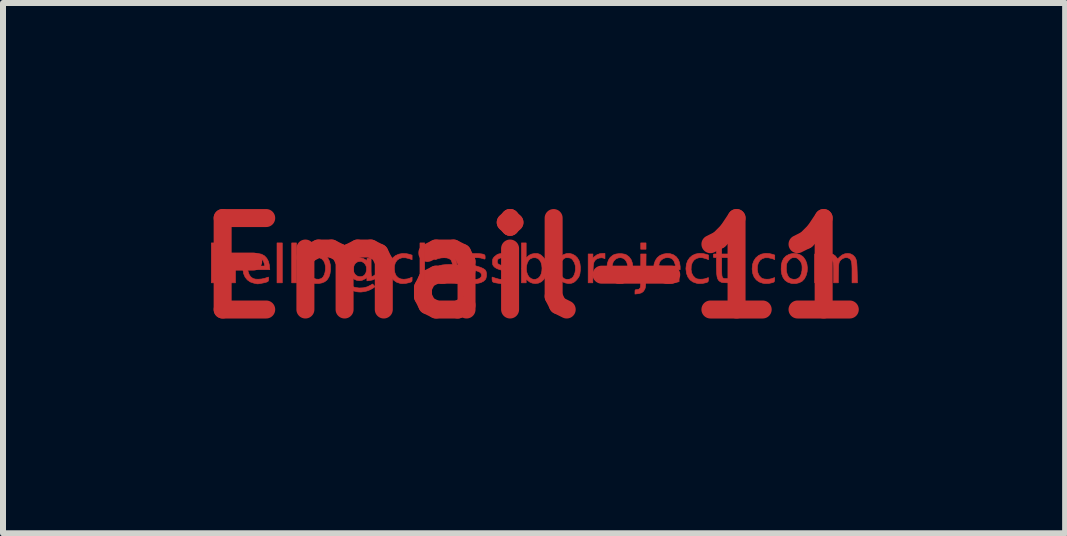
<source format=kicad_pcb>
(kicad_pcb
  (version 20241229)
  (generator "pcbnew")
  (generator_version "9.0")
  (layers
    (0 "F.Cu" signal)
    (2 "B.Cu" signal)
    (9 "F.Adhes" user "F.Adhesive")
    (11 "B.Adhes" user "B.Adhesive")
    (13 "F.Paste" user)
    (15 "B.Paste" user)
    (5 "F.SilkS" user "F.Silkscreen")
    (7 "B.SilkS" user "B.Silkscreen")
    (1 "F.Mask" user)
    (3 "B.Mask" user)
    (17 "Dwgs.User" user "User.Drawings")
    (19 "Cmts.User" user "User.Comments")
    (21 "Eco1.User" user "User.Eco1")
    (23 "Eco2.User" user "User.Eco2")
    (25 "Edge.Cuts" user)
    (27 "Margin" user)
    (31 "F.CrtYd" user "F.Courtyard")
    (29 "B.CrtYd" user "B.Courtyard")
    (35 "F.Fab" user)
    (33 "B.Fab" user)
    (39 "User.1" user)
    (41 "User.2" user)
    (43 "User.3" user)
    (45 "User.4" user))
  (footprint "Email-11"
    (layer "F.Cu")
    (at 5.849 1.418)
    (property "Reference" "Email-11" (at 0 0 0) (layer "F.Cu") (effects (font (size 1.524 1.524) (thickness 0.3))))
    (attr through_hole)
    (fp_poly (pts (xy -4.195 0.245) (xy -4.283 0.245) (xy -4.283 -0.42) (xy -4.195 -0.42) (xy -4.195 0.245)) (stroke (width 0.01) (type solid)) (fill yes) (layer "F.Cu"))
    (fp_poly (pts (xy -3.959 0.245) (xy -4.038 0.245) (xy -4.038 -0.42) (xy -3.959 -0.42) (xy -3.959 0.245)) (stroke (width 0.01) (type solid)) (fill yes) (layer "F.Cu"))
    (fp_poly (pts (xy -1.822 0.245) (xy -1.901 0.245) (xy -1.901 -0.42) (xy -1.822 -0.42) (xy -1.822 0.245)) (stroke (width 0.01) (type solid)) (fill yes) (layer "F.Cu"))
    (fp_poly (pts (xy 1.866 -0.315) (xy 1.778 -0.315) (xy 1.778 -0.42) (xy 1.866 -0.42) (xy 1.866 -0.315)) (stroke (width 0.01) (type solid)) (fill yes) (layer "F.Cu"))
    (fp_poly (pts (xy 3.495 0.245) (xy 3.398 0.245) (xy 3.398 0.131) (xy 3.495 0.131) (xy 3.495 0.245)) (stroke (width 0.01) (type solid)) (fill yes) (layer "F.Cu"))
    (fp_poly (pts (xy 1.182 -0.158) (xy 1.158 -0.167) (xy 1.125 -0.173) (xy 1.087 -0.168) (xy 1.052 -0.156) (xy 1.038 -0.148) (xy 1.021 -0.133) (xy 1.008 -0.116) (xy 0.998 -0.097) (xy 0.992 -0.07) (xy 0.987 -0.035) (xy 0.985 0.012) (xy 0.983 0.074) (xy 0.983 0.085) (xy 0.979 0.245) (xy 0.902 0.245) (xy 0.902 -0.236) (xy 0.981 -0.236) (xy 0.981 -0.165) (xy 1.006 -0.191) (xy 1.047 -0.222) (xy 1.097 -0.241) (xy 1.14 -0.245) (xy 1.182 -0.245) (xy 1.182 -0.158)) (stroke (width 0.01) (type solid)) (fill yes) (layer "F.Cu"))
    (fp_poly (pts (xy 1.864 0.042) (xy 1.863 0.119) (xy 1.862 0.182) (xy 1.861 0.231) (xy 1.86 0.268) (xy 1.858 0.296) (xy 1.856 0.317) (xy 1.852 0.332) (xy 1.848 0.344) (xy 1.844 0.354) (xy 1.82 0.39) (xy 1.789 0.412) (xy 1.747 0.424) (xy 1.732 0.426) (xy 1.682 0.432) (xy 1.682 0.395) (xy 1.683 0.372) (xy 1.688 0.362) (xy 1.702 0.359) (xy 1.712 0.359) (xy 1.745 0.352) (xy 1.76 0.34) (xy 1.765 0.334) (xy 1.769 0.327) (xy 1.772 0.316) (xy 1.774 0.3) (xy 1.776 0.277) (xy 1.777 0.245) (xy 1.778 0.201) (xy 1.778 0.145) (xy 1.778 0.074) (xy 1.778 0.042) (xy 1.778 -0.236) (xy 1.867 -0.236) (xy 1.864 0.042)) (stroke (width 0.01) (type solid)) (fill yes) (layer "F.Cu"))
    (fp_poly (pts (xy 3.127 -0.236) (xy 3.284 -0.236) (xy 3.284 -0.175) (xy 3.127 -0.175) (xy 3.127 -0.019) (xy 3.127 0.044) (xy 3.128 0.091) (xy 3.131 0.126) (xy 3.137 0.149) (xy 3.148 0.164) (xy 3.163 0.172) (xy 3.184 0.175) (xy 3.213 0.175) (xy 3.219 0.175) (xy 3.284 0.175) (xy 3.284 0.245) (xy 3.217 0.244) (xy 3.182 0.243) (xy 3.152 0.241) (xy 3.133 0.239) (xy 3.131 0.239) (xy 3.113 0.231) (xy 3.09 0.217) (xy 3.086 0.214) (xy 3.071 0.198) (xy 3.059 0.175) (xy 3.05 0.143) (xy 3.044 0.1) (xy 3.041 0.044) (xy 3.039 -0.028) (xy 3.039 -0.047) (xy 3.039 -0.175) (xy 3.013 -0.175) (xy 2.995 -0.177) (xy 2.988 -0.186) (xy 2.987 -0.206) (xy 2.988 -0.226) (xy 2.996 -0.235) (xy 3.013 -0.236) (xy 3.039 -0.236) (xy 3.039 -0.368) (xy 3.127 -0.368) (xy 3.127 -0.236)) (stroke (width 0.01) (type solid)) (fill yes) (layer "F.Cu"))
    (fp_poly (pts (xy -5.299 -0.163) (xy -5.266 -0.194) (xy -5.228 -0.224) (xy -5.192 -0.24) (xy -5.15 -0.245) (xy -5.147 -0.245) (xy -5.093 -0.239) (xy -5.05 -0.22) (xy -5.022 -0.196) (xy -5.007 -0.178) (xy -4.996 -0.158) (xy -4.987 -0.135) (xy -4.981 -0.105) (xy -4.978 -0.066) (xy -4.976 -0.016) (xy -4.975 0.049) (xy -4.975 0.073) (xy -4.975 0.245) (xy -5.054 0.245) (xy -5.054 0.083) (xy -5.054 0.017) (xy -5.056 -0.034) (xy -5.058 -0.07) (xy -5.062 -0.096) (xy -5.066 -0.108) (xy -5.089 -0.144) (xy -5.12 -0.166) (xy -5.156 -0.175) (xy -5.194 -0.171) (xy -5.231 -0.154) (xy -5.263 -0.124) (xy -5.277 -0.105) (xy -5.283 -0.092) (xy -5.288 -0.078) (xy -5.291 -0.058) (xy -5.294 -0.03) (xy -5.296 0.008) (xy -5.297 0.059) (xy -5.298 0.085) (xy -5.301 0.245) (xy -5.378 0.245) (xy -5.378 -0.42) (xy -5.299 -0.42) (xy -5.299 -0.163)) (stroke (width 0.01) (type solid)) (fill yes) (layer "F.Cu"))
    (fp_poly (pts (xy -2.126 -0.241) (xy -2.079 -0.231) (xy -2.032 -0.216) (xy -2.032 -0.141) (xy -2.08 -0.158) (xy -2.142 -0.173) (xy -2.198 -0.173) (xy -2.245 -0.158) (xy -2.283 -0.13) (xy -2.311 -0.09) (xy -2.326 -0.038) (xy -2.328 0.021) (xy -2.318 0.081) (xy -2.297 0.127) (xy -2.264 0.16) (xy -2.221 0.18) (xy -2.169 0.186) (xy -2.107 0.179) (xy -2.073 0.168) (xy -2.032 0.15) (xy -2.032 0.188) (xy -2.033 0.211) (xy -2.038 0.224) (xy -2.052 0.232) (xy -2.074 0.24) (xy -2.14 0.255) (xy -2.201 0.258) (xy -2.231 0.254) (xy -2.291 0.234) (xy -2.34 0.2) (xy -2.378 0.152) (xy -2.389 0.133) (xy -2.401 0.104) (xy -2.409 0.079) (xy -2.412 0.049) (xy -2.413 0.009) (xy -2.413 0.009) (xy -2.41 -0.048) (xy -2.402 -0.093) (xy -2.386 -0.13) (xy -2.361 -0.164) (xy -2.354 -0.172) (xy -2.308 -0.209) (xy -2.253 -0.233) (xy -2.191 -0.244) (xy -2.126 -0.241)) (stroke (width 0.01) (type solid)) (fill yes) (layer "F.Cu"))
    (fp_poly (pts (xy 3.924 -0.242) (xy 3.966 -0.232) (xy 4.011 -0.218) (xy 4.011 -0.143) (xy 3.965 -0.159) (xy 3.904 -0.173) (xy 3.849 -0.173) (xy 3.803 -0.158) (xy 3.765 -0.13) (xy 3.738 -0.088) (xy 3.723 -0.036) (xy 3.72 0.024) (xy 3.73 0.078) (xy 3.751 0.124) (xy 3.784 0.159) (xy 3.803 0.172) (xy 3.834 0.181) (xy 3.875 0.185) (xy 3.918 0.184) (xy 3.957 0.176) (xy 3.972 0.171) (xy 3.993 0.163) (xy 4.007 0.158) (xy 4.009 0.158) (xy 4.01 0.165) (xy 4.01 0.185) (xy 4.01 0.194) (xy 4.006 0.218) (xy 3.998 0.231) (xy 3.979 0.24) (xy 3.976 0.241) (xy 3.913 0.255) (xy 3.846 0.257) (xy 3.81 0.251) (xy 3.751 0.23) (xy 3.704 0.196) (xy 3.668 0.15) (xy 3.645 0.092) (xy 3.635 0.023) (xy 3.635 0.004) (xy 3.642 -0.065) (xy 3.664 -0.124) (xy 3.697 -0.173) (xy 3.742 -0.211) (xy 3.795 -0.235) (xy 3.857 -0.246) (xy 3.924 -0.242)) (stroke (width 0.01) (type solid)) (fill yes) (layer "F.Cu"))
    (fp_poly (pts (xy 2.821 -0.242) (xy 2.862 -0.232) (xy 2.908 -0.218) (xy 2.908 -0.142) (xy 2.864 -0.158) (xy 2.804 -0.174) (xy 2.75 -0.174) (xy 2.703 -0.16) (xy 2.665 -0.132) (xy 2.637 -0.092) (xy 2.62 -0.039) (xy 2.62 -0.036) (xy 2.617 0.026) (xy 2.627 0.082) (xy 2.651 0.128) (xy 2.687 0.164) (xy 2.705 0.175) (xy 2.731 0.182) (xy 2.767 0.185) (xy 2.807 0.184) (xy 2.845 0.178) (xy 2.868 0.171) (xy 2.89 0.163) (xy 2.903 0.158) (xy 2.905 0.158) (xy 2.907 0.165) (xy 2.907 0.185) (xy 2.906 0.194) (xy 2.903 0.218) (xy 2.894 0.231) (xy 2.876 0.24) (xy 2.872 0.241) (xy 2.809 0.255) (xy 2.743 0.257) (xy 2.706 0.251) (xy 2.647 0.23) (xy 2.6 0.196) (xy 2.565 0.15) (xy 2.542 0.092) (xy 2.532 0.023) (xy 2.531 0.004) (xy 2.539 -0.065) (xy 2.56 -0.124) (xy 2.594 -0.173) (xy 2.638 -0.211) (xy 2.692 -0.235) (xy 2.753 -0.246) (xy 2.821 -0.242)) (stroke (width 0.01) (type solid)) (fill yes) (layer "F.Cu"))
    (fp_poly (pts (xy 1.465 -0.24) (xy 1.511 -0.232) (xy 1.539 -0.221) (xy 1.584 -0.187) (xy 1.618 -0.141) (xy 1.639 -0.083) (xy 1.648 -0.012) (xy 1.648 0.004) (xy 1.642 0.078) (xy 1.624 0.139) (xy 1.593 0.188) (xy 1.577 0.204) (xy 1.529 0.236) (xy 1.474 0.254) (xy 1.414 0.257) (xy 1.387 0.254) (xy 1.337 0.238) (xy 1.296 0.213) (xy 1.268 0.184) (xy 1.241 0.145) (xy 1.224 0.098) (xy 1.216 0.042) (xy 1.216 0.037) (xy 1.298 0.037) (xy 1.305 0.077) (xy 1.324 0.122) (xy 1.353 0.155) (xy 1.388 0.177) (xy 1.427 0.186) (xy 1.467 0.181) (xy 1.504 0.161) (xy 1.521 0.146) (xy 1.545 0.108) (xy 1.56 0.059) (xy 1.565 0.005) (xy 1.56 -0.049) (xy 1.544 -0.1) (xy 1.54 -0.108) (xy 1.514 -0.144) (xy 1.479 -0.166) (xy 1.441 -0.175) (xy 1.401 -0.17) (xy 1.364 -0.153) (xy 1.332 -0.122) (xy 1.319 -0.101) (xy 1.306 -0.062) (xy 1.298 -0.013) (xy 1.298 0.037) (xy 1.216 0.037) (xy 1.215 -0.005) (xy 1.221 -0.075) (xy 1.239 -0.132) (xy 1.269 -0.178) (xy 1.312 -0.214) (xy 1.327 -0.222) (xy 1.366 -0.235) (xy 1.414 -0.241) (xy 1.465 -0.24)) (stroke (width 0.01) (type solid)) (fill yes) (layer "F.Cu"))
    (fp_poly (pts (xy -3.584 -0.243) (xy -3.523 -0.23) (xy -3.473 -0.204) (xy -3.435 -0.165) (xy -3.408 -0.113) (xy -3.393 -0.049) (xy -3.391 0.026) (xy -3.391 0.029) (xy -3.4 0.094) (xy -3.418 0.148) (xy -3.448 0.194) (xy -3.454 0.2) (xy -3.488 0.227) (xy -3.534 0.246) (xy -3.586 0.256) (xy -3.64 0.256) (xy -3.661 0.253) (xy -3.714 0.234) (xy -3.758 0.201) (xy -3.792 0.155) (xy -3.815 0.098) (xy -3.825 0.03) (xy -3.826 0.028) (xy -3.825 -0.018) (xy -3.739 -0.018) (xy -3.738 0.034) (xy -3.729 0.084) (xy -3.713 0.126) (xy -3.702 0.143) (xy -3.671 0.169) (xy -3.632 0.183) (xy -3.589 0.186) (xy -3.548 0.175) (xy -3.545 0.174) (xy -3.518 0.151) (xy -3.497 0.115) (xy -3.483 0.07) (xy -3.475 0.021) (xy -3.476 -0.03) (xy -3.486 -0.078) (xy -3.504 -0.118) (xy -3.533 -0.151) (xy -3.569 -0.17) (xy -3.609 -0.175) (xy -3.648 -0.166) (xy -3.685 -0.144) (xy -3.715 -0.109) (xy -3.717 -0.107) (xy -3.732 -0.067) (xy -3.739 -0.018) (xy -3.825 -0.018) (xy -3.825 -0.04) (xy -3.814 -0.096) (xy -3.792 -0.143) (xy -3.759 -0.183) (xy -3.715 -0.218) (xy -3.667 -0.238) (xy -3.611 -0.244) (xy -3.584 -0.243)) (stroke (width 0.01) (type solid)) (fill yes) (layer "F.Cu"))
    (fp_poly (pts (xy -0.131 -0.164) (xy -0.112 -0.188) (xy -0.08 -0.216) (xy -0.038 -0.235) (xy 0.01 -0.244) (xy 0.058 -0.243) (xy 0.09 -0.233) (xy 0.118 -0.216) (xy 0.148 -0.188) (xy 0.176 -0.155) (xy 0.197 -0.121) (xy 0.2 -0.115) (xy 0.208 -0.086) (xy 0.213 -0.045) (xy 0.214 0.004) (xy 0.214 0.049) (xy 0.211 0.081) (xy 0.206 0.107) (xy 0.197 0.131) (xy 0.194 0.137) (xy 0.163 0.189) (xy 0.122 0.227) (xy 0.074 0.25) (xy 0.02 0.257) (xy -0.029 0.25) (xy -0.07 0.233) (xy -0.101 0.21) (xy -0.131 0.18) (xy -0.131 0.245) (xy -0.21 0.245) (xy -0.21 0.012) (xy -0.129 0.012) (xy -0.123 0.062) (xy -0.107 0.111) (xy -0.081 0.149) (xy -0.048 0.175) (xy -0.01 0.188) (xy 0.029 0.186) (xy 0.068 0.169) (xy 0.07 0.167) (xy 0.099 0.137) (xy 0.119 0.097) (xy 0.13 0.049) (xy 0.133 -0.001) (xy 0.128 -0.051) (xy 0.115 -0.097) (xy 0.093 -0.134) (xy 0.064 -0.161) (xy 0.061 -0.162) (xy 0.021 -0.174) (xy -0.021 -0.172) (xy -0.06 -0.157) (xy -0.089 -0.13) (xy -0.111 -0.09) (xy -0.124 -0.042) (xy -0.129 0.012) (xy -0.21 0.012) (xy -0.21 -0.42) (xy -0.131 -0.42) (xy -0.131 -0.164)) (stroke (width 0.01) (type solid)) (fill yes) (layer "F.Cu"))
    (fp_poly (pts (xy 4.375 -0.242) (xy 4.429 -0.225) (xy 4.477 -0.194) (xy 4.493 -0.177) (xy 4.526 -0.128) (xy 4.547 -0.069) (xy 4.555 -0.005) (xy 4.551 0.06) (xy 4.534 0.122) (xy 4.505 0.179) (xy 4.501 0.183) (xy 4.466 0.219) (xy 4.419 0.243) (xy 4.364 0.257) (xy 4.306 0.257) (xy 4.286 0.254) (xy 4.229 0.235) (xy 4.183 0.203) (xy 4.15 0.158) (xy 4.128 0.101) (xy 4.118 0.03) (xy 4.118 0.029) (xy 4.119 0.001) (xy 4.203 0.001) (xy 4.207 0.059) (xy 4.221 0.109) (xy 4.243 0.149) (xy 4.255 0.161) (xy 4.288 0.179) (xy 4.328 0.187) (xy 4.37 0.183) (xy 4.403 0.168) (xy 4.433 0.14) (xy 4.453 0.097) (xy 4.464 0.045) (xy 4.465 0.04) (xy 4.467 -0.016) (xy 4.463 -0.058) (xy 4.451 -0.092) (xy 4.432 -0.122) (xy 4.418 -0.137) (xy 4.395 -0.158) (xy 4.377 -0.17) (xy 4.358 -0.174) (xy 4.336 -0.175) (xy 4.309 -0.174) (xy 4.291 -0.168) (xy 4.272 -0.155) (xy 4.253 -0.137) (xy 4.227 -0.107) (xy 4.213 -0.079) (xy 4.208 -0.06) (xy 4.203 0.001) (xy 4.119 0.001) (xy 4.12 -0.047) (xy 4.134 -0.111) (xy 4.16 -0.162) (xy 4.199 -0.202) (xy 4.25 -0.23) (xy 4.257 -0.232) (xy 4.316 -0.245) (xy 4.375 -0.242)) (stroke (width 0.01) (type solid)) (fill yes) (layer "F.Cu"))
    (fp_poly (pts (xy 0.639 -0.233) (xy 0.684 -0.209) (xy 0.722 -0.172) (xy 0.75 -0.124) (xy 0.751 -0.123) (xy 0.765 -0.074) (xy 0.772 -0.018) (xy 0.771 0.041) (xy 0.764 0.096) (xy 0.749 0.141) (xy 0.748 0.143) (xy 0.725 0.177) (xy 0.695 0.211) (xy 0.663 0.237) (xy 0.653 0.242) (xy 0.616 0.254) (xy 0.571 0.256) (xy 0.525 0.248) (xy 0.487 0.233) (xy 0.462 0.217) (xy 0.444 0.201) (xy 0.439 0.195) (xy 0.435 0.194) (xy 0.432 0.208) (xy 0.43 0.237) (xy 0.43 0.283) (xy 0.429 0.304) (xy 0.429 0.429) (xy 0.342 0.429) (xy 0.342 0.001) (xy 0.429 0.001) (xy 0.435 0.063) (xy 0.45 0.114) (xy 0.474 0.152) (xy 0.507 0.178) (xy 0.545 0.189) (xy 0.589 0.185) (xy 0.62 0.173) (xy 0.646 0.152) (xy 0.667 0.118) (xy 0.682 0.075) (xy 0.69 0.03) (xy 0.689 -0.036) (xy 0.673 -0.091) (xy 0.644 -0.137) (xy 0.625 -0.156) (xy 0.607 -0.167) (xy 0.581 -0.172) (xy 0.568 -0.173) (xy 0.539 -0.174) (xy 0.519 -0.171) (xy 0.501 -0.16) (xy 0.491 -0.152) (xy 0.457 -0.114) (xy 0.437 -0.065) (xy 0.429 -0.006) (xy 0.429 0.001) (xy 0.342 0.001) (xy 0.342 -0.236) (xy 0.429 -0.236) (xy 0.429 -0.173) (xy 0.453 -0.197) (xy 0.495 -0.227) (xy 0.542 -0.243) (xy 0.591 -0.245) (xy 0.639 -0.233)) (stroke (width 0.01) (type solid)) (fill yes) (layer "F.Cu"))
    (fp_poly (pts (xy -4.599 -0.244) (xy -4.541 -0.232) (xy -4.492 -0.205) (xy -4.454 -0.165) (xy -4.426 -0.113) (xy -4.41 -0.049) (xy -4.409 -0.033) (xy -4.403 0.026) (xy -4.772 0.026) (xy -4.765 0.055) (xy -4.748 0.105) (xy -4.724 0.142) (xy -4.691 0.167) (xy -4.673 0.176) (xy -4.637 0.184) (xy -4.59 0.185) (xy -4.541 0.181) (xy -4.493 0.171) (xy -4.48 0.167) (xy -4.453 0.158) (xy -4.433 0.151) (xy -4.426 0.149) (xy -4.424 0.157) (xy -4.423 0.176) (xy -4.423 0.184) (xy -4.425 0.207) (xy -4.433 0.221) (xy -4.452 0.231) (xy -4.453 0.231) (xy -4.473 0.238) (xy -4.504 0.245) (xy -4.539 0.252) (xy -4.573 0.258) (xy -4.6 0.262) (xy -4.613 0.262) (xy -4.625 0.26) (xy -4.648 0.255) (xy -4.67 0.25) (xy -4.729 0.23) (xy -4.778 0.195) (xy -4.815 0.149) (xy -4.84 0.091) (xy -4.851 0.025) (xy -4.849 -0.042) (xy -4.844 -0.06) (xy -4.764 -0.06) (xy -4.763 -0.048) (xy -4.753 -0.041) (xy -4.733 -0.037) (xy -4.699 -0.035) (xy -4.651 -0.035) (xy -4.625 -0.035) (xy -4.486 -0.035) (xy -4.494 -0.071) (xy -4.503 -0.099) (xy -4.513 -0.121) (xy -4.515 -0.125) (xy -4.545 -0.154) (xy -4.583 -0.171) (xy -4.625 -0.176) (xy -4.668 -0.169) (xy -4.706 -0.151) (xy -4.736 -0.122) (xy -4.748 -0.102) (xy -4.759 -0.078) (xy -4.764 -0.06) (xy -4.844 -0.06) (xy -4.835 -0.099) (xy -4.807 -0.148) (xy -4.779 -0.18) (xy -4.735 -0.216) (xy -4.688 -0.237) (xy -4.635 -0.245) (xy -4.599 -0.244)) (stroke (width 0.01) (type solid)) (fill yes) (layer "F.Cu"))
    (fp_poly (pts (xy 2.27 -0.24) (xy 2.324 -0.222) (xy 2.369 -0.19) (xy 2.403 -0.146) (xy 2.425 -0.091) (xy 2.435 -0.027) (xy 2.435 -0.016) (xy 2.435 0.026) (xy 2.255 0.026) (xy 2.193 0.026) (xy 2.147 0.027) (xy 2.114 0.028) (xy 2.093 0.031) (xy 2.081 0.037) (xy 2.077 0.045) (xy 2.078 0.057) (xy 2.083 0.073) (xy 2.086 0.08) (xy 2.109 0.127) (xy 2.141 0.161) (xy 2.162 0.173) (xy 2.206 0.184) (xy 2.259 0.185) (xy 2.318 0.178) (xy 2.377 0.163) (xy 2.402 0.153) (xy 2.412 0.152) (xy 2.416 0.16) (xy 2.417 0.181) (xy 2.417 0.186) (xy 2.417 0.225) (xy 2.367 0.239) (xy 2.314 0.251) (xy 2.261 0.257) (xy 2.216 0.258) (xy 2.203 0.257) (xy 2.142 0.242) (xy 2.092 0.217) (xy 2.056 0.185) (xy 2.026 0.148) (xy 2.007 0.111) (xy 1.996 0.067) (xy 1.993 0.013) (xy 1.993 0.004) (xy 1.998 -0.045) (xy 2.079 -0.045) (xy 2.083 -0.041) (xy 2.094 -0.038) (xy 2.114 -0.036) (xy 2.146 -0.035) (xy 2.192 -0.035) (xy 2.216 -0.035) (xy 2.357 -0.035) (xy 2.351 -0.064) (xy 2.334 -0.113) (xy 2.307 -0.149) (xy 2.271 -0.169) (xy 2.224 -0.176) (xy 2.186 -0.171) (xy 2.154 -0.159) (xy 2.124 -0.138) (xy 2.1 -0.112) (xy 2.089 -0.09) (xy 2.083 -0.066) (xy 2.079 -0.05) (xy 2.079 -0.045) (xy 1.998 -0.045) (xy 2 -0.066) (xy 2.021 -0.126) (xy 2.054 -0.175) (xy 2.098 -0.211) (xy 2.154 -0.234) (xy 2.208 -0.243) (xy 2.27 -0.24)) (stroke (width 0.01) (type solid)) (fill yes) (layer "F.Cu"))
    (fp_poly (pts (xy -0.924 -0.242) (xy -0.881 -0.238) (xy -0.848 -0.232) (xy -0.839 -0.229) (xy -0.823 -0.22) (xy -0.816 -0.206) (xy -0.815 -0.184) (xy -0.815 -0.162) (xy -0.82 -0.152) (xy -0.832 -0.152) (xy -0.857 -0.16) (xy -0.863 -0.162) (xy -0.895 -0.17) (xy -0.934 -0.174) (xy -0.975 -0.174) (xy -1.011 -0.171) (xy -1.033 -0.164) (xy -1.057 -0.145) (xy -1.07 -0.119) (xy -1.071 -0.095) (xy -1.061 -0.077) (xy -1.04 -0.062) (xy -1.005 -0.047) (xy -0.958 -0.034) (xy -0.896 -0.015) (xy -0.85 0.005) (xy -0.818 0.027) (xy -0.81 0.035) (xy -0.798 0.059) (xy -0.792 0.094) (xy -0.793 0.132) (xy -0.8 0.167) (xy -0.811 0.19) (xy -0.845 0.221) (xy -0.891 0.243) (xy -0.947 0.255) (xy -1.011 0.256) (xy -1.044 0.253) (xy -1.089 0.246) (xy -1.119 0.24) (xy -1.138 0.233) (xy -1.148 0.222) (xy -1.153 0.207) (xy -1.154 0.19) (xy -1.155 0.166) (xy -1.154 0.151) (xy -1.153 0.149) (xy -1.142 0.152) (xy -1.122 0.159) (xy -1.106 0.165) (xy -1.053 0.181) (xy -1.002 0.188) (xy -0.957 0.187) (xy -0.919 0.177) (xy -0.891 0.159) (xy -0.876 0.135) (xy -0.874 0.119) (xy -0.881 0.091) (xy -0.903 0.068) (xy -0.942 0.051) (xy -0.954 0.047) (xy -1.007 0.032) (xy -1.047 0.02) (xy -1.075 0.01) (xy -1.094 0.000289) (xy -1.109 -0.01) (xy -1.117 -0.018) (xy -1.141 -0.054) (xy -1.151 -0.095) (xy -1.146 -0.136) (xy -1.129 -0.174) (xy -1.1 -0.207) (xy -1.06 -0.231) (xy -1.041 -0.237) (xy -1.01 -0.242) (xy -0.969 -0.243) (xy -0.924 -0.242)) (stroke (width 0.01) (type solid)) (fill yes) (layer "F.Cu"))
    (fp_poly (pts (xy 5.274 -0.238) (xy 5.315 -0.216) (xy 5.331 -0.2) (xy 5.347 -0.182) (xy 5.359 -0.162) (xy 5.368 -0.138) (xy 5.375 -0.108) (xy 5.379 -0.07) (xy 5.382 -0.019) (xy 5.384 0.045) (xy 5.385 0.068) (xy 5.389 0.245) (xy 5.299 0.245) (xy 5.299 0.079) (xy 5.299 0.011) (xy 5.297 -0.042) (xy 5.294 -0.081) (xy 5.288 -0.111) (xy 5.28 -0.132) (xy 5.27 -0.148) (xy 5.255 -0.16) (xy 5.254 -0.161) (xy 5.221 -0.174) (xy 5.183 -0.174) (xy 5.146 -0.161) (xy 5.113 -0.138) (xy 5.097 -0.117) (xy 5.089 -0.104) (xy 5.084 -0.091) (xy 5.08 -0.075) (xy 5.077 -0.053) (xy 5.075 -0.022) (xy 5.074 0.021) (xy 5.073 0.078) (xy 5.073 0.081) (xy 5.07 0.245) (xy 4.992 0.245) (xy 4.992 0.085) (xy 4.992 0.012) (xy 4.989 -0.046) (xy 4.985 -0.09) (xy 4.977 -0.122) (xy 4.965 -0.145) (xy 4.949 -0.16) (xy 4.928 -0.168) (xy 4.901 -0.173) (xy 4.898 -0.173) (xy 4.867 -0.173) (xy 4.843 -0.166) (xy 4.827 -0.156) (xy 4.807 -0.141) (xy 4.791 -0.125) (xy 4.78 -0.105) (xy 4.773 -0.079) (xy 4.768 -0.044) (xy 4.766 0.002) (xy 4.765 0.062) (xy 4.765 0.085) (xy 4.765 0.245) (xy 4.677 0.245) (xy 4.677 -0.236) (xy 4.765 -0.236) (xy 4.765 -0.175) (xy 4.805 -0.206) (xy 4.839 -0.229) (xy 4.869 -0.242) (xy 4.902 -0.245) (xy 4.932 -0.243) (xy 4.979 -0.232) (xy 5.018 -0.206) (xy 5.041 -0.178) (xy 5.059 -0.152) (xy 5.091 -0.185) (xy 5.133 -0.219) (xy 5.18 -0.239) (xy 5.228 -0.245) (xy 5.274 -0.238)) (stroke (width 0.01) (type solid)) (fill yes) (layer "F.Cu"))
    (fp_poly (pts (xy -1.429 -0.238) (xy -1.385 -0.225) (xy -1.379 -0.223) (xy -1.342 -0.195) (xy -1.312 -0.155) (xy -1.292 -0.106) (xy -1.288 -0.089) (xy -1.285 -0.063) (xy -1.282 -0.025) (xy -1.28 0.022) (xy -1.279 0.074) (xy -1.279 0.102) (xy -1.279 0.245) (xy -1.358 0.245) (xy -1.358 0.173) (xy -1.375 0.195) (xy -1.406 0.222) (xy -1.448 0.242) (xy -1.496 0.255) (xy -1.545 0.257) (xy -1.57 0.253) (xy -1.618 0.234) (xy -1.654 0.204) (xy -1.676 0.162) (xy -1.684 0.11) (xy -1.684 0.104) (xy -1.684 0.103) (xy -1.603 0.103) (xy -1.595 0.136) (xy -1.574 0.165) (xy -1.544 0.184) (xy -1.537 0.187) (xy -1.508 0.189) (xy -1.472 0.183) (xy -1.439 0.172) (xy -1.435 0.17) (xy -1.403 0.144) (xy -1.379 0.104) (xy -1.366 0.061) (xy -1.361 0.035) (xy -1.358 0.017) (xy -1.358 0.012) (xy -1.366 0.011) (xy -1.388 0.01) (xy -1.419 0.009) (xy -1.441 0.009) (xy -1.5 0.011) (xy -1.544 0.018) (xy -1.574 0.031) (xy -1.593 0.052) (xy -1.601 0.08) (xy -1.603 0.103) (xy -1.684 0.103) (xy -1.678 0.055) (xy -1.66 0.015) (xy -1.629 -0.016) (xy -1.585 -0.038) (xy -1.527 -0.053) (xy -1.454 -0.06) (xy -1.413 -0.061) (xy -1.359 -0.061) (xy -1.366 -0.092) (xy -1.374 -0.116) (xy -1.383 -0.134) (xy -1.383 -0.135) (xy -1.411 -0.156) (xy -1.451 -0.17) (xy -1.499 -0.174) (xy -1.55 -0.17) (xy -1.601 -0.158) (xy -1.627 -0.148) (xy -1.647 -0.142) (xy -1.653 -0.14) (xy -1.655 -0.148) (xy -1.654 -0.167) (xy -1.654 -0.177) (xy -1.651 -0.214) (xy -1.594 -0.23) (xy -1.54 -0.241) (xy -1.483 -0.243) (xy -1.429 -0.238)) (stroke (width 0.01) (type solid)) (fill yes) (layer "F.Cu"))
    (fp_poly (pts (xy -0.468 -0.242) (xy -0.425 -0.238) (xy -0.391 -0.232) (xy -0.383 -0.229) (xy -0.367 -0.22) (xy -0.36 -0.206) (xy -0.359 -0.184) (xy -0.36 -0.162) (xy -0.363 -0.15) (xy -0.364 -0.149) (xy -0.374 -0.151) (xy -0.396 -0.158) (xy -0.412 -0.163) (xy -0.469 -0.174) (xy -0.516 -0.174) (xy -0.561 -0.168) (xy -0.591 -0.157) (xy -0.607 -0.139) (xy -0.613 -0.112) (xy -0.613 -0.108) (xy -0.61 -0.088) (xy -0.599 -0.071) (xy -0.577 -0.058) (xy -0.542 -0.045) (xy -0.502 -0.034) (xy -0.443 -0.016) (xy -0.399 0.002) (xy -0.368 0.022) (xy -0.349 0.047) (xy -0.338 0.078) (xy -0.335 0.103) (xy -0.334 0.136) (xy -0.338 0.159) (xy -0.35 0.18) (xy -0.352 0.183) (xy -0.385 0.217) (xy -0.431 0.241) (xy -0.487 0.254) (xy -0.552 0.257) (xy -0.589 0.253) (xy -0.633 0.246) (xy -0.664 0.24) (xy -0.682 0.233) (xy -0.693 0.222) (xy -0.697 0.207) (xy -0.699 0.19) (xy -0.7 0.166) (xy -0.698 0.151) (xy -0.697 0.149) (xy -0.687 0.152) (xy -0.666 0.159) (xy -0.651 0.165) (xy -0.58 0.185) (xy -0.514 0.188) (xy -0.485 0.184) (xy -0.449 0.17) (xy -0.425 0.149) (xy -0.415 0.124) (xy -0.418 0.098) (xy -0.436 0.075) (xy -0.467 0.058) (xy -0.494 0.049) (xy -0.53 0.038) (xy -0.568 0.026) (xy -0.569 0.026) (xy -0.614 0.01) (xy -0.647 -0.008) (xy -0.663 -0.022) (xy -0.679 -0.04) (xy -0.688 -0.057) (xy -0.691 -0.079) (xy -0.692 -0.104) (xy -0.691 -0.135) (xy -0.686 -0.155) (xy -0.675 -0.173) (xy -0.659 -0.191) (xy -0.619 -0.223) (xy -0.587 -0.237) (xy -0.555 -0.242) (xy -0.513 -0.243) (xy -0.468 -0.242)) (stroke (width 0.01) (type solid)) (fill yes) (layer "F.Cu"))
    (fp_poly (pts (xy -2.828 -0.365) (xy -2.759 -0.348) (xy -2.696 -0.319) (xy -2.639 -0.28) (xy -2.592 -0.23) (xy -2.556 -0.172) (xy -2.532 -0.105) (xy -2.526 -0.064) (xy -2.526 -0.004) (xy -2.538 0.053) (xy -2.561 0.103) (xy -2.592 0.141) (xy -2.596 0.144) (xy -2.644 0.177) (xy -2.695 0.198) (xy -2.74 0.206) (xy -2.785 0.212) (xy -2.785 0.158) (xy -2.816 0.179) (xy -2.864 0.202) (xy -2.912 0.209) (xy -2.958 0.202) (xy -3 0.182) (xy -3.036 0.15) (xy -3.063 0.108) (xy -3.08 0.057) (xy -3.082 0.034) (xy -3.011 0.034) (xy -3.001 0.072) (xy -2.981 0.105) (xy -2.952 0.129) (xy -2.918 0.142) (xy -2.879 0.142) (xy -2.846 0.131) (xy -2.819 0.108) (xy -2.8 0.073) (xy -2.791 0.031) (xy -2.793 -0.015) (xy -2.794 -0.022) (xy -2.809 -0.058) (xy -2.834 -0.087) (xy -2.866 -0.107) (xy -2.895 -0.114) (xy -2.939 -0.106) (xy -2.974 -0.083) (xy -2.995 -0.053) (xy -3.01 -0.009) (xy -3.011 0.034) (xy -3.082 0.034) (xy -3.083 0.018) (xy -3.077 -0.034) (xy -3.059 -0.082) (xy -3.032 -0.124) (xy -2.998 -0.155) (xy -2.978 -0.166) (xy -2.94 -0.175) (xy -2.895 -0.173) (xy -2.852 -0.164) (xy -2.817 -0.146) (xy -2.817 -0.146) (xy -2.785 -0.122) (xy -2.785 -0.144) (xy -2.783 -0.158) (xy -2.775 -0.165) (xy -2.754 -0.166) (xy -2.75 -0.166) (xy -2.715 -0.166) (xy -2.715 -0.013) (xy -2.715 0.05) (xy -2.713 0.097) (xy -2.711 0.127) (xy -2.707 0.14) (xy -2.706 0.14) (xy -2.681 0.133) (xy -2.652 0.114) (xy -2.626 0.088) (xy -2.606 0.058) (xy -2.601 0.048) (xy -2.593 0.012) (xy -2.591 -0.032) (xy -2.594 -0.079) (xy -2.603 -0.12) (xy -2.608 -0.133) (xy -2.642 -0.191) (xy -2.687 -0.237) (xy -2.74 -0.271) (xy -2.798 -0.293) (xy -2.861 -0.304) (xy -2.924 -0.303) (xy -2.987 -0.292) (xy -3.046 -0.269) (xy -3.1 -0.235) (xy -3.146 -0.191) (xy -3.183 -0.136) (xy -3.202 -0.089) (xy -3.212 -0.037) (xy -3.216 0.023) (xy -3.211 0.08) (xy -3.205 0.106) (xy -3.19 0.145) (xy -3.165 0.188) (xy -3.136 0.229) (xy -3.106 0.26) (xy -3.049 0.297) (xy -2.984 0.321) (xy -2.915 0.331) (xy -2.844 0.328) (xy -2.777 0.311) (xy -2.723 0.284) (xy -2.691 0.264) (xy -2.67 0.286) (xy -2.65 0.308) (xy -2.671 0.325) (xy -2.692 0.339) (xy -2.721 0.355) (xy -2.737 0.363) (xy -2.764 0.374) (xy -2.792 0.383) (xy -2.826 0.39) (xy -2.872 0.397) (xy -2.882 0.398) (xy -2.902 0.398) (xy -2.932 0.396) (xy -2.956 0.393) (xy -3.028 0.374) (xy -3.096 0.341) (xy -3.158 0.295) (xy -3.209 0.238) (xy -3.244 0.182) (xy -3.27 0.109) (xy -3.281 0.033) (xy -3.276 -0.043) (xy -3.257 -0.117) (xy -3.224 -0.186) (xy -3.178 -0.247) (xy -3.12 -0.297) (xy -3.113 -0.302) (xy -3.044 -0.339) (xy -2.972 -0.361) (xy -2.899 -0.37) (xy -2.828 -0.365)) (stroke (width 0.01) (type solid)) (fill yes) (layer "F.Cu")))
  (gr_rect
    (start -3 -3)
    (end 14.699 5.836)
    (stroke (width 0.1) (type default))
    (fill no)
    (layer "Edge.Cuts")))
</source>
